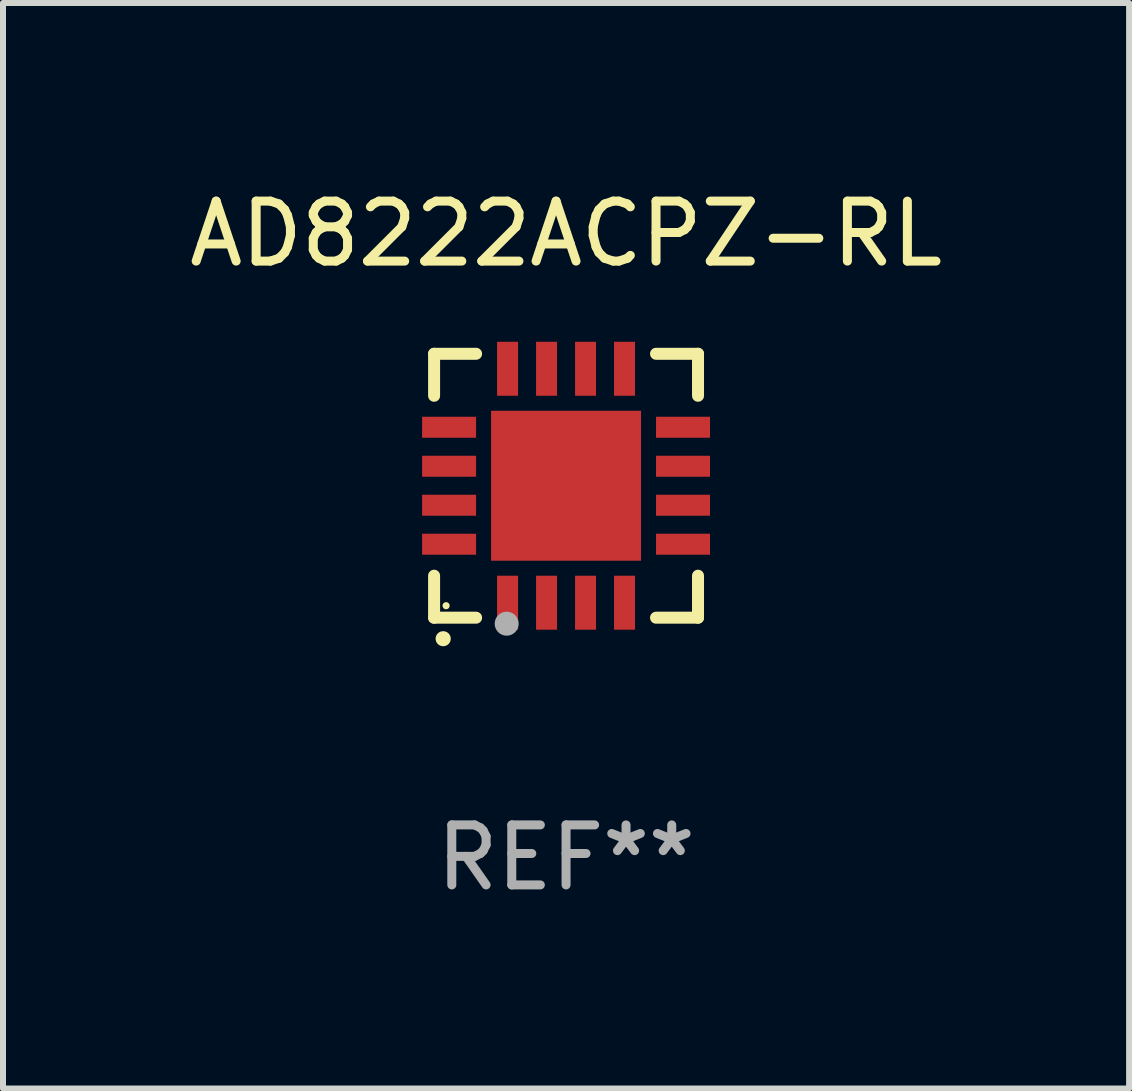
<source format=kicad_pcb>
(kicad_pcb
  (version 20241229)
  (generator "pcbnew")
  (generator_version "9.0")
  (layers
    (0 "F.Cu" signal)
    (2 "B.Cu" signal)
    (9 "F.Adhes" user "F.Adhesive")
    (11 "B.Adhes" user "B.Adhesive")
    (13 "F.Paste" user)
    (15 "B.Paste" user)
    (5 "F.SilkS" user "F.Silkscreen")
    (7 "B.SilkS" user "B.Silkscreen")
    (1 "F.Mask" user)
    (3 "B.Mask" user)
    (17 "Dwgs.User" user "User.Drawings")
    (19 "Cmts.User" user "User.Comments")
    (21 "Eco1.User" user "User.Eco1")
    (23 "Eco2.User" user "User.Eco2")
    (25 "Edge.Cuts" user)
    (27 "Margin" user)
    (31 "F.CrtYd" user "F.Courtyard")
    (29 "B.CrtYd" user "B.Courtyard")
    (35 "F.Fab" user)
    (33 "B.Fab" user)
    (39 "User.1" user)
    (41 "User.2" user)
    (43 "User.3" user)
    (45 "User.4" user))
  (footprint "AD8222ACPZ-RL"
    (layer "F.Cu")
    (at 6.387 5.048)
    (property "Reference" "AD8222ACPZ-RL" (at 0 -4.2 0) (layer "F.SilkS") (effects (font (size 1 1) (thickness 0.15))))
    (attr through_hole)
    (fp_line (start -2.2 -2.2) (end -1.5 -2.2) (stroke (width 0.2) (type solid)) (layer "F.SilkS"))
    (fp_line (start -2.2 -1.5) (end -2.2 -2.2) (stroke (width 0.2) (type solid)) (layer "F.SilkS"))
    (fp_line (start -2.2 2.2) (end -2.2 1.5) (stroke (width 0.2) (type solid)) (layer "F.SilkS"))
    (fp_line (start -1.5 2.2) (end -2.2 2.2) (stroke (width 0.2) (type solid)) (layer "F.SilkS"))
    (fp_line (start 1.5 2.2) (end 2.2 2.2) (stroke (width 0.2) (type solid)) (layer "F.SilkS"))
    (fp_line (start 2.2 -2.2) (end 1.5 -2.2) (stroke (width 0.2) (type solid)) (layer "F.SilkS"))
    (fp_line (start 2.2 -1.5) (end 2.2 -2.2) (stroke (width 0.2) (type solid)) (layer "F.SilkS"))
    (fp_line (start 2.2 2.2) (end 2.2 1.5) (stroke (width 0.2) (type solid)) (layer "F.SilkS"))
    (fp_arc (start -2.049784 2.550165) (mid -2.048514 2.550159) (end -2.047244 2.550165) (stroke (width 0.25) (type solid)) (layer "F.SilkS"))
    (fp_circle (center -2 2) (end -1.97 2) (stroke (width 0.06) (type solid)) (fill no) (layer "F.SilkS"))
    (fp_circle (center -0.99 2.3) (end -0.89 2.3) (stroke (width 0.2) (type solid)) (fill no) (layer "F.Fab"))
    (fp_text user "REF**" (at 0 6.2 0) (layer "F.Fab") (effects (font (size 1 1) (thickness 0.15))))
    (pad "1" smd rect (at -0.975 1.95 180) (size 0.35 0.9) (layers "F.Cu" "F.Mask" "F.Paste"))
    (pad "2" smd rect (at -0.325 1.95 180) (size 0.35 0.9) (layers "F.Cu" "F.Mask" "F.Paste"))
    (pad "3" smd rect (at 0.325 1.95 180) (size 0.35 0.9) (layers "F.Cu" "F.Mask" "F.Paste"))
    (pad "4" smd rect (at 0.975 1.95 180) (size 0.35 0.9) (layers "F.Cu" "F.Mask" "F.Paste"))
    (pad "5" smd rect (at 1.95 0.975 90) (size 0.35 0.9) (layers "F.Cu" "F.Mask" "F.Paste"))
    (pad "6" smd rect (at 1.95 0.325 90) (size 0.35 0.9) (layers "F.Cu" "F.Mask" "F.Paste"))
    (pad "7" smd rect (at 1.95 -0.325 90) (size 0.35 0.9) (layers "F.Cu" "F.Mask" "F.Paste"))
    (pad "8" smd rect (at 1.95 -0.975 90) (size 0.35 0.9) (layers "F.Cu" "F.Mask" "F.Paste"))
    (pad "9" smd rect (at 0.975 -1.95 180) (size 0.35 0.9) (layers "F.Cu" "F.Mask" "F.Paste"))
    (pad "10" smd rect (at 0.325 -1.95 180) (size 0.35 0.9) (layers "F.Cu" "F.Mask" "F.Paste"))
    (pad "11" smd rect (at -0.325 -1.95 180) (size 0.35 0.9) (layers "F.Cu" "F.Mask" "F.Paste"))
    (pad "12" smd rect (at -0.975 -1.95 180) (size 0.35 0.9) (layers "F.Cu" "F.Mask" "F.Paste"))
    (pad "13" smd rect (at -1.95 -0.975 90) (size 0.35 0.9) (layers "F.Cu" "F.Mask" "F.Paste"))
    (pad "14" smd rect (at -1.95 -0.325 90) (size 0.35 0.9) (layers "F.Cu" "F.Mask" "F.Paste"))
    (pad "15" smd rect (at -1.95 0.325 90) (size 0.35 0.9) (layers "F.Cu" "F.Mask" "F.Paste"))
    (pad "16" smd rect (at -1.95 0.975 90) (size 0.35 0.9) (layers "F.Cu" "F.Mask" "F.Paste"))
    (pad "17" smd rect (at 0.000051 0.000051 90) (size 2.5 2.5) (layers "F.Cu" "F.Mask" "F.Paste")))
  (gr_rect
    (start -3 -3)
    (end 15.774 15.097)
    (stroke (width 0.1) (type default))
    (fill no)
    (layer "Edge.Cuts")))
</source>
